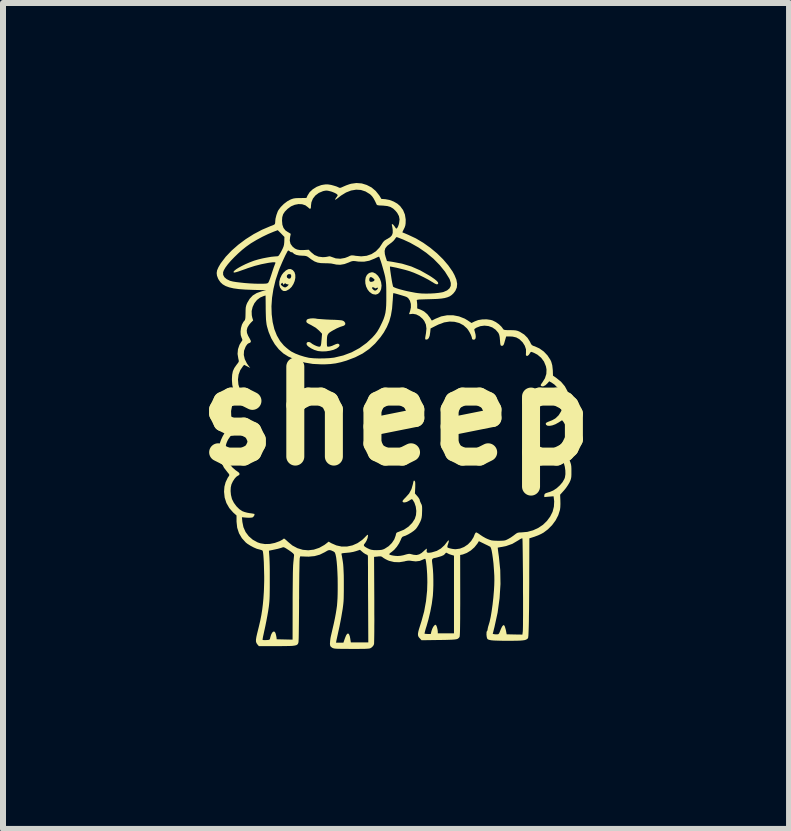
<source format=kicad_pcb>
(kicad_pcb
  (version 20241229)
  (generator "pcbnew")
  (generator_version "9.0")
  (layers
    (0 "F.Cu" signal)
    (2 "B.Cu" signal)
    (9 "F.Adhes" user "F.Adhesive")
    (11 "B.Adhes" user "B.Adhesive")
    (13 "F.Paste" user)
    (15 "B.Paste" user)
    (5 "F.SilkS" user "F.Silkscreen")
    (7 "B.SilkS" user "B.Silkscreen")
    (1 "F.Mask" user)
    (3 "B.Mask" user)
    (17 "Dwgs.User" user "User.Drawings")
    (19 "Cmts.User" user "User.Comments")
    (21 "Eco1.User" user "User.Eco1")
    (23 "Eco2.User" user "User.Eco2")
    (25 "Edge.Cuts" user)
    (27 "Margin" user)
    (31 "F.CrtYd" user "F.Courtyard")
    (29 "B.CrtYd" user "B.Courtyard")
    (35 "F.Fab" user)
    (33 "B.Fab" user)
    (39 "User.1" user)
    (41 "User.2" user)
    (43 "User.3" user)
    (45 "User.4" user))
  (footprint "sheep"
    (layer "F.Cu")
    (at 3.55 3.881)
    (property "Reference" "sheep" (at 0 0 0) (layer "F.SilkS") (effects (font (size 1.5 1.5) (thickness 0.3))))
    (attr board_only exclude_from_pos_files exclude_from_bom)
    (fp_poly (pts (xy -0.383 -2.392) (xy -0.339 -2.371) (xy -0.3 -2.334) (xy -0.269 -2.285) (xy -0.249 -2.229) (xy -0.241 -2.171) (xy -0.248 -2.113) (xy -0.248 -2.112) (xy -0.269 -2.065) (xy -0.3 -2.034) (xy -0.338 -2.021) (xy -0.382 -2.028) (xy -0.4 -2.035) (xy -0.442 -2.065) (xy -0.474 -2.106) (xy -0.49 -2.139) (xy -0.4 -2.139) (xy -0.398 -2.125) (xy -0.384 -2.108) (xy -0.365 -2.093) (xy -0.349 -2.087) (xy -0.33 -2.094) (xy -0.317 -2.104) (xy -0.301 -2.125) (xy -0.302 -2.136) (xy -0.319 -2.135) (xy -0.333 -2.128) (xy -0.349 -2.124) (xy -0.353 -2.127) (xy -0.362 -2.137) (xy -0.38 -2.143) (xy -0.396 -2.142) (xy -0.4 -2.139) (xy -0.49 -2.139) (xy -0.498 -2.155) (xy -0.511 -2.208) (xy -0.513 -2.26) (xy -0.51 -2.278) (xy -0.446 -2.278) (xy -0.444 -2.251) (xy -0.442 -2.247) (xy -0.428 -2.235) (xy -0.404 -2.234) (xy -0.379 -2.242) (xy -0.368 -2.25) (xy -0.358 -2.263) (xy -0.36 -2.274) (xy -0.377 -2.29) (xy -0.379 -2.292) (xy -0.402 -2.308) (xy -0.422 -2.314) (xy -0.424 -2.314) (xy -0.439 -2.302) (xy -0.446 -2.278) (xy -0.51 -2.278) (xy -0.505 -2.309) (xy -0.485 -2.349) (xy -0.453 -2.378) (xy -0.442 -2.383) (xy -0.412 -2.392) (xy -0.384 -2.392)) (stroke (width 0) (type solid)) (fill yes) (layer "F.SilkS"))
    (fp_poly (pts (xy -1.72 -2.429) (xy -1.692 -2.395) (xy -1.679 -2.351) (xy -1.678 -2.301) (xy -1.689 -2.248) (xy -1.71 -2.197) (xy -1.74 -2.15) (xy -1.778 -2.113) (xy -1.822 -2.088) (xy -1.844 -2.081) (xy -1.873 -2.081) (xy -1.899 -2.095) (xy -1.904 -2.099) (xy -1.932 -2.136) (xy -1.945 -2.183) (xy -1.945 -2.195) (xy -1.919 -2.195) (xy -1.917 -2.183) (xy -1.9 -2.167) (xy -1.897 -2.164) (xy -1.866 -2.144) (xy -1.839 -2.142) (xy -1.812 -2.16) (xy -1.807 -2.165) (xy -1.791 -2.183) (xy -1.79 -2.19) (xy -1.802 -2.191) (xy -1.803 -2.191) (xy -1.827 -2.197) (xy -1.837 -2.204) (xy -1.849 -2.211) (xy -1.862 -2.2) (xy -1.864 -2.198) (xy -1.875 -2.186) (xy -1.881 -2.191) (xy -1.885 -2.202) (xy -1.892 -2.218) (xy -1.901 -2.215) (xy -1.909 -2.207) (xy -1.919 -2.195) (xy -1.945 -2.195) (xy -1.945 -2.237) (xy -1.931 -2.293) (xy -1.913 -2.33) (xy -1.821 -2.33) (xy -1.816 -2.307) (xy -1.811 -2.3) (xy -1.786 -2.286) (xy -1.763 -2.29) (xy -1.749 -2.311) (xy -1.747 -2.323) (xy -1.748 -2.348) (xy -1.759 -2.36) (xy -1.765 -2.362) (xy -1.791 -2.363) (xy -1.811 -2.35) (xy -1.821 -2.33) (xy -1.913 -2.33) (xy -1.905 -2.348) (xy -1.879 -2.383) (xy -1.835 -2.424) (xy -1.793 -2.446) (xy -1.754 -2.447)) (stroke (width 0) (type solid)) (fill yes) (layer "F.SilkS"))
    (fp_poly (pts (xy -1.343 -1.623) (xy -1.332 -1.621) (xy -1.31 -1.617) (xy -1.27 -1.614) (xy -1.218 -1.61) (xy -1.157 -1.606) (xy -1.092 -1.603) (xy -1.092 -1.603) (xy -1.022 -1.601) (xy -0.969 -1.598) (xy -0.931 -1.595) (xy -0.905 -1.592) (xy -0.887 -1.587) (xy -0.875 -1.581) (xy -0.865 -1.574) (xy -0.846 -1.548) (xy -0.847 -1.524) (xy -0.865 -1.505) (xy -0.881 -1.499) (xy -0.931 -1.483) (xy -0.991 -1.457) (xy -1.052 -1.424) (xy -1.076 -1.41) (xy -1.107 -1.39) (xy -1.128 -1.37) (xy -1.142 -1.347) (xy -1.149 -1.316) (xy -1.152 -1.273) (xy -1.153 -1.223) (xy -1.152 -1.186) (xy -1.15 -1.165) (xy -1.144 -1.155) (xy -1.132 -1.153) (xy -1.124 -1.153) (xy -1.099 -1.157) (xy -1.064 -1.168) (xy -1.04 -1.179) (xy -1.001 -1.196) (xy -0.976 -1.203) (xy -0.959 -1.201) (xy -0.947 -1.191) (xy -0.946 -1.19) (xy -0.941 -1.176) (xy -0.949 -1.158) (xy -0.958 -1.148) (xy -0.991 -1.123) (xy -1.041 -1.101) (xy -1.101 -1.086) (xy -1.166 -1.076) (xy -1.233 -1.074) (xy -1.295 -1.08) (xy -1.309 -1.083) (xy -1.363 -1.1) (xy -1.416 -1.126) (xy -1.461 -1.156) (xy -1.479 -1.173) (xy -1.492 -1.197) (xy -1.488 -1.217) (xy -1.473 -1.23) (xy -1.45 -1.232) (xy -1.425 -1.222) (xy -1.419 -1.217) (xy -1.392 -1.197) (xy -1.355 -1.177) (xy -1.317 -1.161) (xy -1.286 -1.153) (xy -1.281 -1.153) (xy -1.268 -1.154) (xy -1.259 -1.162) (xy -1.252 -1.178) (xy -1.247 -1.207) (xy -1.243 -1.251) (xy -1.24 -1.279) (xy -1.233 -1.369) (xy -1.281 -1.42) (xy -1.337 -1.468) (xy -1.411 -1.511) (xy -1.412 -1.512) (xy -1.454 -1.533) (xy -1.48 -1.549) (xy -1.492 -1.562) (xy -1.495 -1.574) (xy -1.49 -1.597) (xy -1.482 -1.607) (xy -1.459 -1.617) (xy -1.422 -1.624) (xy -1.381 -1.626)) (stroke (width 0) (type solid)) (fill yes) (layer "F.SilkS"))
    (fp_poly (pts (xy -0.571 -3.874) (xy -0.487 -3.848) (xy -0.408 -3.807) (xy -0.339 -3.749) (xy -0.282 -3.678) (xy -0.275 -3.668) (xy -0.244 -3.616) (xy -0.175 -3.611) (xy -0.107 -3.598) (xy -0.039 -3.572) (xy 0.022 -3.537) (xy 0.069 -3.496) (xy 0.118 -3.429) (xy 0.148 -3.356) (xy 0.161 -3.275) (xy 0.161 -3.255) (xy 0.16 -3.208) (xy 0.155 -3.174) (xy 0.145 -3.143) (xy 0.132 -3.116) (xy 0.117 -3.086) (xy 0.108 -3.066) (xy 0.106 -3.059) (xy 0.116 -3.054) (xy 0.142 -3.044) (xy 0.177 -3.029) (xy 0.205 -3.017) (xy 0.331 -2.958) (xy 0.454 -2.885) (xy 0.572 -2.801) (xy 0.683 -2.709) (xy 0.784 -2.61) (xy 0.871 -2.508) (xy 0.943 -2.405) (xy 0.975 -2.346) (xy 1.006 -2.27) (xy 1.019 -2.201) (xy 1.013 -2.139) (xy 0.988 -2.082) (xy 0.957 -2.042) (xy 0.928 -2.015) (xy 0.896 -1.993) (xy 0.858 -1.977) (xy 0.812 -1.964) (xy 0.754 -1.955) (xy 0.682 -1.949) (xy 0.593 -1.946) (xy 0.557 -1.945) (xy 0.485 -1.943) (xy 0.431 -1.941) (xy 0.393 -1.94) (xy 0.368 -1.937) (xy 0.353 -1.934) (xy 0.347 -1.93) (xy 0.345 -1.924) (xy 0.347 -1.917) (xy 0.35 -1.894) (xy 0.353 -1.86) (xy 0.353 -1.843) (xy 0.353 -1.791) (xy 0.406 -1.772) (xy 0.467 -1.741) (xy 0.522 -1.694) (xy 0.566 -1.636) (xy 0.568 -1.634) (xy 0.583 -1.608) (xy 0.594 -1.592) (xy 0.597 -1.589) (xy 0.607 -1.593) (xy 0.63 -1.605) (xy 0.658 -1.619) (xy 0.753 -1.658) (xy 0.852 -1.677) (xy 0.952 -1.677) (xy 1.05 -1.658) (xy 1.144 -1.621) (xy 1.193 -1.592) (xy 1.258 -1.548) (xy 1.312 -1.575) (xy 1.37 -1.597) (xy 1.44 -1.608) (xy 1.512 -1.609) (xy 1.58 -1.599) (xy 1.61 -1.59) (xy 1.664 -1.563) (xy 1.716 -1.526) (xy 1.758 -1.485) (xy 1.776 -1.461) (xy 1.785 -1.447) (xy 1.795 -1.438) (xy 1.81 -1.433) (xy 1.834 -1.43) (xy 1.873 -1.429) (xy 1.902 -1.429) (xy 1.954 -1.428) (xy 1.991 -1.425) (xy 2.02 -1.419) (xy 2.047 -1.409) (xy 2.067 -1.399) (xy 2.136 -1.356) (xy 2.192 -1.3) (xy 2.233 -1.235) (xy 2.235 -1.23) (xy 2.25 -1.198) (xy 2.266 -1.179) (xy 2.288 -1.167) (xy 2.313 -1.159) (xy 2.39 -1.124) (xy 2.462 -1.073) (xy 2.524 -1.008) (xy 2.572 -0.935) (xy 2.587 -0.903) (xy 2.604 -0.843) (xy 2.612 -0.77) (xy 2.613 -0.758) (xy 2.616 -0.67) (xy 2.668 -0.635) (xy 2.75 -0.569) (xy 2.813 -0.494) (xy 2.859 -0.409) (xy 2.886 -0.318) (xy 2.893 -0.222) (xy 2.881 -0.121) (xy 2.865 -0.065) (xy 2.843 0.000379) (xy 2.875 0.037) (xy 2.922 0.104) (xy 2.957 0.183) (xy 2.98 0.27) (xy 2.988 0.357) (xy 2.981 0.439) (xy 2.98 0.442) (xy 2.964 0.502) (xy 2.941 0.561) (xy 2.916 0.611) (xy 2.89 0.646) (xy 2.864 0.673) (xy 2.894 0.744) (xy 2.907 0.779) (xy 2.916 0.809) (xy 2.921 0.841) (xy 2.923 0.881) (xy 2.923 0.93) (xy 2.923 0.981) (xy 2.921 1.018) (xy 2.916 1.046) (xy 2.908 1.072) (xy 2.895 1.101) (xy 2.89 1.112) (xy 2.865 1.154) (xy 2.833 1.201) (xy 2.799 1.243) (xy 2.795 1.247) (xy 2.735 1.314) (xy 2.739 1.413) (xy 2.74 1.467) (xy 2.738 1.52) (xy 2.733 1.563) (xy 2.731 1.571) (xy 2.704 1.656) (xy 2.66 1.741) (xy 2.601 1.821) (xy 2.53 1.892) (xy 2.458 1.946) (xy 2.418 1.968) (xy 2.368 1.991) (xy 2.317 2.01) (xy 2.31 2.013) (xy 2.222 2.041) (xy 2.221 2.404) (xy 2.22 2.606) (xy 2.22 2.789) (xy 2.219 2.952) (xy 2.218 3.097) (xy 2.217 3.224) (xy 2.215 3.334) (xy 2.214 3.429) (xy 2.212 3.508) (xy 2.21 3.572) (xy 2.208 3.623) (xy 2.206 3.661) (xy 2.203 3.687) (xy 2.201 3.701) (xy 2.199 3.705) (xy 2.186 3.718) (xy 2.17 3.728) (xy 2.148 3.736) (xy 2.117 3.741) (xy 2.076 3.745) (xy 2.021 3.747) (xy 1.95 3.748) (xy 1.867 3.748) (xy 1.772 3.748) (xy 1.695 3.746) (xy 1.635 3.744) (xy 1.59 3.74) (xy 1.558 3.734) (xy 1.536 3.727) (xy 1.524 3.719) (xy 1.516 3.702) (xy 1.51 3.673) (xy 1.507 3.64) (xy 1.508 3.633) (xy 1.612 3.633) (xy 1.634 3.638) (xy 1.662 3.641) (xy 1.686 3.641) (xy 1.704 3.638) (xy 1.717 3.626) (xy 1.728 3.602) (xy 1.734 3.587) (xy 1.748 3.551) (xy 1.764 3.518) (xy 1.771 3.506) (xy 1.787 3.488) (xy 1.801 3.489) (xy 1.813 3.509) (xy 1.825 3.549) (xy 1.831 3.572) (xy 1.844 3.64) (xy 1.975 3.643) (xy 2.106 3.645) (xy 2.113 3.591) (xy 2.114 3.57) (xy 2.115 3.531) (xy 2.116 3.476) (xy 2.116 3.408) (xy 2.117 3.328) (xy 2.117 3.237) (xy 2.117 3.139) (xy 2.117 3.035) (xy 2.116 2.927) (xy 2.116 2.817) (xy 2.116 2.707) (xy 2.115 2.599) (xy 2.114 2.495) (xy 2.113 2.397) (xy 2.112 2.306) (xy 2.111 2.226) (xy 2.11 2.158) (xy 2.109 2.103) (xy 2.108 2.064) (xy 2.106 2.043) (xy 2.106 2.04) (xy 2.094 2.042) (xy 2.071 2.053) (xy 2.04 2.073) (xy 2.035 2.076) (xy 1.938 2.133) (xy 1.833 2.17) (xy 1.774 2.182) (xy 1.737 2.188) (xy 1.709 2.193) (xy 1.696 2.196) (xy 1.695 2.196) (xy 1.696 2.207) (xy 1.699 2.234) (xy 1.704 2.274) (xy 1.711 2.324) (xy 1.714 2.343) (xy 1.737 2.569) (xy 1.741 2.801) (xy 1.726 3.038) (xy 1.693 3.279) (xy 1.641 3.517) (xy 1.612 3.633) (xy 1.508 3.633) (xy 1.508 3.611) (xy 1.512 3.591) (xy 1.515 3.589) (xy 1.524 3.573) (xy 1.526 3.559) (xy 1.53 3.535) (xy 1.538 3.503) (xy 1.541 3.495) (xy 1.56 3.431) (xy 1.578 3.349) (xy 1.594 3.253) (xy 1.609 3.145) (xy 1.622 3.029) (xy 1.632 2.91) (xy 1.637 2.821) (xy 1.639 2.742) (xy 1.638 2.665) (xy 1.633 2.579) (xy 1.631 2.552) (xy 1.624 2.458) (xy 1.614 2.374) (xy 1.604 2.303) (xy 1.594 2.246) (xy 1.583 2.205) (xy 1.572 2.183) (xy 1.568 2.18) (xy 1.552 2.172) (xy 1.523 2.157) (xy 1.485 2.139) (xy 1.467 2.13) (xy 1.381 2.088) (xy 1.355 2.13) (xy 1.307 2.19) (xy 1.247 2.243) (xy 1.18 2.284) (xy 1.112 2.31) (xy 1.101 2.312) (xy 1.069 2.318) (xy 1.07 2.992) (xy 1.07 3.137) (xy 1.069 3.263) (xy 1.069 3.371) (xy 1.068 3.46) (xy 1.067 3.533) (xy 1.066 3.591) (xy 1.064 3.634) (xy 1.062 3.663) (xy 1.06 3.68) (xy 1.058 3.685) (xy 1.049 3.698) (xy 1.038 3.708) (xy 1.024 3.717) (xy 1.003 3.723) (xy 0.973 3.727) (xy 0.933 3.73) (xy 0.879 3.732) (xy 0.809 3.734) (xy 0.721 3.735) (xy 0.714 3.735) (xy 0.425 3.739) (xy 0.394 3.705) (xy 0.38 3.689) (xy 0.371 3.673) (xy 0.366 3.654) (xy 0.366 3.63) (xy 0.366 3.629) (xy 0.475 3.629) (xy 0.476 3.629) (xy 0.488 3.632) (xy 0.515 3.634) (xy 0.53 3.635) (xy 0.579 3.635) (xy 0.591 3.585) (xy 0.604 3.548) (xy 0.62 3.516) (xy 0.639 3.492) (xy 0.655 3.481) (xy 0.662 3.483) (xy 0.674 3.498) (xy 0.684 3.527) (xy 0.692 3.562) (xy 0.696 3.595) (xy 0.696 3.596) (xy 0.696 3.624) (xy 0.831 3.624) (xy 0.966 3.624) (xy 0.966 2.977) (xy 0.966 2.329) (xy 0.922 2.316) (xy 0.889 2.305) (xy 0.861 2.292) (xy 0.856 2.288) (xy 0.839 2.28) (xy 0.827 2.285) (xy 0.817 2.299) (xy 0.796 2.319) (xy 0.76 2.336) (xy 0.728 2.346) (xy 0.691 2.357) (xy 0.66 2.365) (xy 0.642 2.368) (xy 0.642 2.368) (xy 0.622 2.374) (xy 0.611 2.381) (xy 0.604 2.389) (xy 0.6 2.402) (xy 0.6 2.424) (xy 0.604 2.459) (xy 0.608 2.492) (xy 0.615 2.56) (xy 0.62 2.642) (xy 0.622 2.733) (xy 0.622 2.826) (xy 0.619 2.916) (xy 0.614 2.996) (xy 0.612 3.013) (xy 0.596 3.134) (xy 0.571 3.264) (xy 0.54 3.394) (xy 0.51 3.5) (xy 0.495 3.547) (xy 0.484 3.587) (xy 0.477 3.616) (xy 0.475 3.629) (xy 0.366 3.629) (xy 0.371 3.598) (xy 0.382 3.556) (xy 0.4 3.499) (xy 0.423 3.426) (xy 0.426 3.416) (xy 0.469 3.258) (xy 0.5 3.087) (xy 0.518 2.911) (xy 0.522 2.773) (xy 0.521 2.708) (xy 0.519 2.641) (xy 0.515 2.575) (xy 0.51 2.513) (xy 0.504 2.46) (xy 0.498 2.418) (xy 0.492 2.391) (xy 0.487 2.382) (xy 0.473 2.384) (xy 0.455 2.392) (xy 0.396 2.417) (xy 0.329 2.425) (xy 0.274 2.419) (xy 0.232 2.413) (xy 0.199 2.413) (xy 0.162 2.419) (xy 0.141 2.425) (xy 0.055 2.439) (xy -0.032 2.436) (xy -0.114 2.416) (xy -0.141 2.405) (xy -0.177 2.387) (xy -0.207 2.369) (xy -0.223 2.357) (xy -0.239 2.346) (xy -0.26 2.341) (xy -0.291 2.342) (xy -0.305 2.344) (xy -0.366 2.35) (xy -0.362 3.062) (xy -0.362 3.183) (xy -0.362 3.298) (xy -0.361 3.406) (xy -0.362 3.504) (xy -0.362 3.592) (xy -0.363 3.667) (xy -0.364 3.728) (xy -0.365 3.773) (xy -0.366 3.799) (xy -0.367 3.806) (xy -0.381 3.834) (xy -0.407 3.86) (xy -0.408 3.86) (xy -0.419 3.867) (xy -0.43 3.873) (xy -0.444 3.877) (xy -0.464 3.879) (xy -0.492 3.881) (xy -0.53 3.883) (xy -0.582 3.883) (xy -0.649 3.884) (xy -0.734 3.884) (xy -0.738 3.884) (xy -0.824 3.883) (xy -0.892 3.883) (xy -0.945 3.882) (xy -0.984 3.881) (xy -1.012 3.879) (xy -1.033 3.876) (xy -1.047 3.872) (xy -1.059 3.867) (xy -1.067 3.862) (xy -1.088 3.846) (xy -1.097 3.83) (xy -1.101 3.804) (xy -1.101 3.789) (xy -1.1 3.78) (xy -1 3.78) (xy -0.938 3.78) (xy -0.877 3.78) (xy -0.852 3.708) (xy -0.833 3.66) (xy -0.815 3.633) (xy -0.798 3.626) (xy -0.783 3.64) (xy -0.77 3.674) (xy -0.763 3.71) (xy -0.753 3.775) (xy -0.607 3.775) (xy -0.462 3.775) (xy -0.465 3.115) (xy -0.466 2.998) (xy -0.466 2.885) (xy -0.467 2.779) (xy -0.467 2.681) (xy -0.467 2.594) (xy -0.467 2.519) (xy -0.468 2.458) (xy -0.468 2.414) (xy -0.468 2.389) (xy -0.468 2.387) (xy -0.468 2.35) (xy -0.471 2.328) (xy -0.478 2.317) (xy -0.49 2.312) (xy -0.491 2.312) (xy -0.512 2.302) (xy -0.541 2.283) (xy -0.558 2.269) (xy -0.601 2.232) (xy -0.667 2.254) (xy -0.714 2.267) (xy -0.771 2.277) (xy -0.824 2.282) (xy -0.869 2.286) (xy -0.897 2.29) (xy -0.909 2.295) (xy -0.91 2.301) (xy -0.906 2.317) (xy -0.9 2.348) (xy -0.893 2.39) (xy -0.887 2.427) (xy -0.881 2.472) (xy -0.877 2.524) (xy -0.874 2.584) (xy -0.871 2.656) (xy -0.87 2.744) (xy -0.87 2.825) (xy -0.87 2.911) (xy -0.871 2.981) (xy -0.872 3.038) (xy -0.874 3.086) (xy -0.878 3.129) (xy -0.883 3.171) (xy -0.889 3.217) (xy -0.898 3.269) (xy -0.902 3.293) (xy -0.914 3.364) (xy -0.928 3.437) (xy -0.942 3.508) (xy -0.955 3.568) (xy -0.961 3.594) (xy -0.972 3.645) (xy -0.982 3.691) (xy -0.99 3.727) (xy -0.994 3.746) (xy -1 3.78) (xy -1.1 3.78) (xy -1.098 3.749) (xy -1.092 3.702) (xy -1.086 3.673) (xy -1.059 3.556) (xy -1.036 3.457) (xy -1.018 3.371) (xy -1.004 3.296) (xy -0.993 3.228) (xy -0.984 3.165) (xy -0.979 3.102) (xy -0.975 3.038) (xy -0.973 2.968) (xy -0.972 2.889) (xy -0.972 2.814) (xy -0.973 2.704) (xy -0.977 2.601) (xy -0.982 2.509) (xy -0.989 2.429) (xy -0.997 2.363) (xy -1.007 2.313) (xy -1.018 2.281) (xy -1.024 2.273) (xy -1.043 2.259) (xy -1.072 2.246) (xy -1.079 2.243) (xy -1.1 2.237) (xy -1.117 2.237) (xy -1.137 2.243) (xy -1.164 2.258) (xy -1.188 2.272) (xy -1.271 2.313) (xy -1.358 2.337) (xy -1.455 2.346) (xy -1.5 2.345) (xy -1.597 2.341) (xy -1.605 2.372) (xy -1.606 2.388) (xy -1.608 2.423) (xy -1.609 2.474) (xy -1.61 2.541) (xy -1.612 2.622) (xy -1.613 2.713) (xy -1.614 2.815) (xy -1.615 2.924) (xy -1.615 3.04) (xy -1.616 3.069) (xy -1.616 3.185) (xy -1.617 3.296) (xy -1.618 3.4) (xy -1.619 3.495) (xy -1.62 3.578) (xy -1.621 3.649) (xy -1.622 3.705) (xy -1.624 3.744) (xy -1.625 3.765) (xy -1.625 3.767) (xy -1.629 3.786) (xy -1.636 3.801) (xy -1.647 3.813) (xy -1.664 3.822) (xy -1.69 3.828) (xy -1.726 3.833) (xy -1.776 3.835) (xy -1.841 3.836) (xy -1.922 3.837) (xy -1.986 3.837) (xy -2.286 3.837) (xy -2.311 3.808) (xy -2.326 3.786) (xy -2.334 3.76) (xy -2.334 3.731) (xy -2.224 3.731) (xy -2.223 3.734) (xy -2.211 3.736) (xy -2.184 3.737) (xy -2.161 3.736) (xy -2.128 3.734) (xy -2.11 3.729) (xy -2.101 3.717) (xy -2.096 3.695) (xy -2.096 3.694) (xy -2.082 3.647) (xy -2.065 3.614) (xy -2.047 3.596) (xy -2.029 3.594) (xy -2.013 3.611) (xy -2.005 3.632) (xy -1.997 3.665) (xy -1.992 3.694) (xy -1.991 3.697) (xy -1.989 3.723) (xy -1.856 3.726) (xy -1.724 3.729) (xy -1.723 3.144) (xy -1.723 3.022) (xy -1.722 2.906) (xy -1.721 2.798) (xy -1.72 2.701) (xy -1.719 2.616) (xy -1.717 2.545) (xy -1.715 2.49) (xy -1.712 2.454) (xy -1.712 2.451) (xy -1.707 2.403) (xy -1.703 2.361) (xy -1.7 2.331) (xy -1.699 2.32) (xy -1.703 2.306) (xy -1.719 2.288) (xy -1.748 2.265) (xy -1.784 2.24) (xy -1.824 2.214) (xy -1.85 2.198) (xy -1.869 2.19) (xy -1.883 2.189) (xy -1.898 2.194) (xy -1.903 2.196) (xy -1.929 2.204) (xy -1.968 2.215) (xy -2.013 2.225) (xy -2.027 2.228) (xy -2.118 2.247) (xy -2.111 2.346) (xy -2.109 2.382) (xy -2.107 2.435) (xy -2.105 2.502) (xy -2.104 2.579) (xy -2.104 2.661) (xy -2.104 2.747) (xy -2.104 2.767) (xy -2.104 2.861) (xy -2.105 2.937) (xy -2.106 2.999) (xy -2.108 3.051) (xy -2.111 3.096) (xy -2.115 3.138) (xy -2.12 3.181) (xy -2.127 3.227) (xy -2.132 3.261) (xy -2.145 3.334) (xy -2.16 3.414) (xy -2.176 3.494) (xy -2.191 3.564) (xy -2.195 3.58) (xy -2.206 3.633) (xy -2.216 3.678) (xy -2.222 3.712) (xy -2.224 3.731) (xy -2.334 3.731) (xy -2.334 3.727) (xy -2.327 3.682) (xy -2.315 3.629) (xy -2.286 3.512) (xy -2.262 3.41) (xy -2.244 3.317) (xy -2.23 3.228) (xy -2.219 3.138) (xy -2.21 3.043) (xy -2.203 2.937) (xy -2.201 2.892) (xy -2.199 2.825) (xy -2.197 2.75) (xy -2.197 2.672) (xy -2.199 2.592) (xy -2.201 2.514) (xy -2.203 2.44) (xy -2.207 2.374) (xy -2.211 2.319) (xy -2.216 2.277) (xy -2.221 2.252) (xy -2.224 2.246) (xy -2.24 2.237) (xy -2.267 2.229) (xy -2.274 2.227) (xy -2.32 2.215) (xy -2.373 2.192) (xy -2.429 2.162) (xy -2.479 2.13) (xy -2.504 2.11) (xy -2.569 2.038) (xy -2.617 1.956) (xy -2.647 1.864) (xy -2.658 1.762) (xy -2.658 1.748) (xy -2.658 1.66) (xy -2.715 1.609) (xy -2.779 1.536) (xy -2.827 1.452) (xy -2.856 1.361) (xy -2.866 1.264) (xy -2.86 1.18) (xy -2.84 1.105) (xy -2.805 1.032) (xy -2.781 0.997) (xy -2.778 0.983) (xy -2.787 0.965) (xy -2.804 0.945) (xy -2.867 0.864) (xy -2.913 0.774) (xy -2.941 0.678) (xy -2.951 0.582) (xy -2.84 0.582) (xy -2.839 0.632) (xy -2.836 0.669) (xy -2.828 0.7) (xy -2.816 0.731) (xy -2.812 0.739) (xy -2.775 0.802) (xy -2.726 0.86) (xy -2.672 0.907) (xy -2.651 0.921) (xy -2.619 0.945) (xy -2.607 0.966) (xy -2.614 0.985) (xy -2.637 0.998) (xy -2.663 1.016) (xy -2.692 1.049) (xy -2.72 1.093) (xy -2.743 1.142) (xy -2.754 1.192) (xy -2.757 1.252) (xy -2.751 1.317) (xy -2.736 1.378) (xy -2.732 1.39) (xy -2.702 1.449) (xy -2.66 1.506) (xy -2.611 1.555) (xy -2.561 1.588) (xy -2.559 1.589) (xy -2.524 1.602) (xy -2.479 1.614) (xy -2.439 1.621) (xy -2.402 1.626) (xy -2.374 1.631) (xy -2.36 1.634) (xy -2.36 1.635) (xy -2.358 1.649) (xy -2.367 1.669) (xy -2.384 1.687) (xy -2.394 1.693) (xy -2.416 1.696) (xy -2.451 1.698) (xy -2.492 1.696) (xy -2.493 1.696) (xy -2.568 1.689) (xy -2.561 1.766) (xy -2.543 1.855) (xy -2.507 1.936) (xy -2.454 2.006) (xy -2.387 2.064) (xy -2.307 2.108) (xy -2.259 2.124) (xy -2.184 2.136) (xy -2.102 2.134) (xy -2.019 2.117) (xy -1.94 2.088) (xy -1.911 2.073) (xy -1.886 2.058) (xy -1.871 2.046) (xy -1.869 2.044) (xy -1.86 2.047) (xy -1.84 2.063) (xy -1.813 2.087) (xy -1.803 2.097) (xy -1.727 2.16) (xy -1.643 2.205) (xy -1.554 2.232) (xy -1.462 2.24) (xy -1.37 2.229) (xy -1.28 2.199) (xy -1.194 2.151) (xy -1.165 2.129) (xy -1.123 2.096) (xy -1.078 2.122) (xy -0.993 2.159) (xy -0.905 2.178) (xy -0.815 2.177) (xy -0.726 2.158) (xy -0.642 2.121) (xy -0.564 2.067) (xy -0.527 2.032) (xy -0.498 2.002) (xy -0.48 1.985) (xy -0.471 1.981) (xy -0.468 1.987) (xy -0.467 1.997) (xy -0.474 2.036) (xy -0.491 2.08) (xy -0.514 2.118) (xy -0.521 2.126) (xy -0.535 2.146) (xy -0.535 2.164) (xy -0.518 2.181) (xy -0.483 2.202) (xy -0.471 2.208) (xy -0.436 2.224) (xy -0.406 2.232) (xy -0.371 2.237) (xy -0.323 2.238) (xy -0.322 2.238) (xy -0.273 2.236) (xy -0.237 2.232) (xy -0.208 2.223) (xy -0.187 2.213) (xy -0.122 2.171) (xy -0.069 2.118) (xy -0.029 2.058) (xy -0.006 1.995) (xy -0.004 1.986) (xy 0.002 1.959) (xy 0.014 1.944) (xy 0.039 1.934) (xy 0.045 1.932) (xy 0.132 1.897) (xy 0.208 1.846) (xy 0.27 1.783) (xy 0.313 1.716) (xy 0.333 1.653) (xy 0.338 1.584) (xy 0.329 1.513) (xy 0.307 1.447) (xy 0.279 1.4) (xy 0.269 1.39) (xy 0.258 1.389) (xy 0.24 1.399) (xy 0.219 1.413) (xy 0.182 1.433) (xy 0.148 1.442) (xy 0.121 1.441) (xy 0.108 1.428) (xy 0.112 1.412) (xy 0.133 1.386) (xy 0.159 1.36) (xy 0.218 1.294) (xy 0.258 1.219) (xy 0.282 1.134) (xy 0.289 1.099) (xy 0.295 1.081) (xy 0.302 1.078) (xy 0.309 1.082) (xy 0.316 1.092) (xy 0.32 1.111) (xy 0.321 1.142) (xy 0.32 1.19) (xy 0.32 1.194) (xy 0.315 1.293) (xy 0.355 1.338) (xy 0.377 1.366) (xy 0.391 1.39) (xy 0.395 1.401) (xy 0.399 1.42) (xy 0.411 1.448) (xy 0.416 1.459) (xy 0.427 1.48) (xy 0.433 1.503) (xy 0.435 1.532) (xy 0.435 1.573) (xy 0.434 1.604) (xy 0.432 1.656) (xy 0.427 1.695) (xy 0.419 1.727) (xy 0.406 1.76) (xy 0.398 1.776) (xy 0.376 1.818) (xy 0.35 1.859) (xy 0.329 1.886) (xy 0.298 1.914) (xy 0.255 1.944) (xy 0.207 1.973) (xy 0.16 1.996) (xy 0.124 2.008) (xy 0.105 2.017) (xy 0.09 2.039) (xy 0.079 2.066) (xy 0.052 2.123) (xy 0.014 2.181) (xy -0.029 2.231) (xy -0.068 2.264) (xy -0.094 2.283) (xy -0.111 2.299) (xy -0.114 2.305) (xy -0.105 2.314) (xy -0.079 2.322) (xy -0.043 2.329) (xy -0.001 2.334) (xy 0.029 2.335) (xy 0.072 2.332) (xy 0.121 2.323) (xy 0.148 2.315) (xy 0.184 2.305) (xy 0.216 2.299) (xy 0.233 2.3) (xy 0.294 2.315) (xy 0.343 2.319) (xy 0.386 2.308) (xy 0.427 2.284) (xy 0.457 2.258) (xy 0.483 2.234) (xy 0.502 2.218) (xy 0.511 2.212) (xy 0.513 2.221) (xy 0.511 2.242) (xy 0.511 2.243) (xy 0.511 2.266) (xy 0.522 2.279) (xy 0.545 2.282) (xy 0.585 2.277) (xy 0.599 2.274) (xy 0.679 2.25) (xy 0.747 2.211) (xy 0.808 2.155) (xy 0.852 2.098) (xy 0.869 2.078) (xy 0.879 2.075) (xy 0.88 2.089) (xy 0.873 2.118) (xy 0.867 2.134) (xy 0.858 2.163) (xy 0.855 2.184) (xy 0.856 2.19) (xy 0.87 2.199) (xy 0.899 2.208) (xy 0.935 2.216) (xy 0.973 2.221) (xy 0.995 2.222) (xy 1.066 2.212) (xy 1.134 2.185) (xy 1.198 2.142) (xy 1.251 2.087) (xy 1.292 2.022) (xy 1.308 1.981) (xy 1.32 1.956) (xy 1.333 1.942) (xy 1.336 1.942) (xy 1.351 1.948) (xy 1.377 1.963) (xy 1.406 1.984) (xy 1.447 2.011) (xy 1.495 2.038) (xy 1.528 2.053) (xy 1.562 2.066) (xy 1.593 2.075) (xy 1.628 2.079) (xy 1.673 2.081) (xy 1.703 2.082) (xy 1.754 2.081) (xy 1.79 2.079) (xy 1.817 2.075) (xy 1.841 2.066) (xy 1.869 2.052) (xy 1.869 2.052) (xy 1.911 2.028) (xy 1.954 1.998) (xy 1.975 1.982) (xy 2.004 1.96) (xy 2.027 1.948) (xy 2.054 1.943) (xy 2.089 1.942) (xy 2.189 1.933) (xy 2.284 1.907) (xy 2.371 1.867) (xy 2.449 1.815) (xy 2.515 1.751) (xy 2.569 1.678) (xy 2.609 1.599) (xy 2.631 1.513) (xy 2.636 1.424) (xy 2.633 1.399) (xy 2.626 1.34) (xy 2.549 1.346) (xy 2.471 1.353) (xy 2.471 1.325) (xy 2.474 1.309) (xy 2.483 1.296) (xy 2.503 1.286) (xy 2.537 1.275) (xy 2.562 1.268) (xy 2.619 1.244) (xy 2.677 1.206) (xy 2.73 1.158) (xy 2.775 1.105) (xy 2.806 1.05) (xy 2.815 1.025) (xy 2.823 0.972) (xy 2.822 0.91) (xy 2.813 0.847) (xy 2.798 0.791) (xy 2.794 0.782) (xy 2.78 0.751) (xy 2.767 0.735) (xy 2.751 0.728) (xy 2.723 0.725) (xy 2.722 0.725) (xy 2.692 0.721) (xy 2.677 0.714) (xy 2.671 0.7) (xy 2.671 0.699) (xy 2.673 0.681) (xy 2.689 0.666) (xy 2.709 0.655) (xy 2.766 0.616) (xy 2.816 0.564) (xy 2.849 0.51) (xy 2.86 0.482) (xy 2.867 0.451) (xy 2.87 0.412) (xy 2.871 0.358) (xy 2.871 0.308) (xy 2.868 0.272) (xy 2.862 0.243) (xy 2.852 0.214) (xy 2.839 0.187) (xy 2.82 0.15) (xy 2.801 0.117) (xy 2.787 0.096) (xy 2.767 0.073) (xy 2.711 0.109) (xy 2.657 0.139) (xy 2.606 0.158) (xy 2.561 0.166) (xy 2.525 0.164) (xy 2.503 0.151) (xy 2.494 0.132) (xy 2.502 0.116) (xy 2.529 0.101) (xy 2.558 0.09) (xy 2.601 0.073) (xy 2.643 0.05) (xy 2.661 0.038) (xy 2.711 -0.011) (xy 2.75 -0.074) (xy 2.778 -0.145) (xy 2.791 -0.217) (xy 2.789 -0.269) (xy 2.771 -0.337) (xy 2.738 -0.405) (xy 2.692 -0.469) (xy 2.64 -0.522) (xy 2.589 -0.557) (xy 2.553 -0.576) (xy 2.525 -0.544) (xy 2.489 -0.51) (xy 2.455 -0.493) (xy 2.43 -0.493) (xy 2.414 -0.502) (xy 2.411 -0.515) (xy 2.423 -0.536) (xy 2.44 -0.559) (xy 2.482 -0.627) (xy 2.505 -0.699) (xy 2.508 -0.774) (xy 2.498 -0.827) (xy 2.466 -0.905) (xy 2.419 -0.968) (xy 2.357 -1.02) (xy 2.3 -1.05) (xy 2.27 -1.062) (xy 2.253 -1.067) (xy 2.244 -1.063) (xy 2.238 -1.054) (xy 2.214 -1.018) (xy 2.194 -1.001) (xy 2.177 -1) (xy 2.166 -1.009) (xy 2.164 -1.027) (xy 2.166 -1.049) (xy 2.166 -1.109) (xy 2.146 -1.169) (xy 2.11 -1.226) (xy 2.105 -1.231) (xy 2.056 -1.278) (xy 2.004 -1.307) (xy 1.944 -1.321) (xy 1.907 -1.323) (xy 1.836 -1.324) (xy 1.813 -1.246) (xy 1.802 -1.207) (xy 1.792 -1.183) (xy 1.782 -1.172) (xy 1.77 -1.168) (xy 1.765 -1.168) (xy 1.753 -1.169) (xy 1.745 -1.175) (xy 1.74 -1.189) (xy 1.736 -1.217) (xy 1.733 -1.258) (xy 1.728 -1.311) (xy 1.72 -1.35) (xy 1.707 -1.38) (xy 1.704 -1.385) (xy 1.66 -1.436) (xy 1.605 -1.474) (xy 1.541 -1.497) (xy 1.473 -1.504) (xy 1.405 -1.495) (xy 1.34 -1.47) (xy 1.325 -1.46) (xy 1.309 -1.449) (xy 1.304 -1.437) (xy 1.309 -1.417) (xy 1.314 -1.401) (xy 1.326 -1.354) (xy 1.329 -1.314) (xy 1.323 -1.286) (xy 1.309 -1.272) (xy 1.284 -1.27) (xy 1.269 -1.28) (xy 1.267 -1.288) (xy 1.261 -1.315) (xy 1.247 -1.352) (xy 1.226 -1.393) (xy 1.202 -1.432) (xy 1.182 -1.458) (xy 1.123 -1.511) (xy 1.052 -1.548) (xy 0.975 -1.568) (xy 0.892 -1.572) (xy 0.803 -1.558) (xy 0.708 -1.523) (xy 0.665 -1.502) (xy 0.576 -1.457) (xy 0.57 -1.396) (xy 0.561 -1.336) (xy 0.545 -1.295) (xy 0.523 -1.275) (xy 0.509 -1.272) (xy 0.496 -1.272) (xy 0.489 -1.276) (xy 0.486 -1.286) (xy 0.487 -1.307) (xy 0.493 -1.343) (xy 0.499 -1.377) (xy 0.507 -1.455) (xy 0.498 -1.522) (xy 0.472 -1.58) (xy 0.445 -1.616) (xy 0.391 -1.663) (xy 0.336 -1.691) (xy 0.281 -1.701) (xy 0.264 -1.699) (xy 0.237 -1.696) (xy 0.22 -1.696) (xy 0.218 -1.697) (xy 0.221 -1.708) (xy 0.229 -1.732) (xy 0.234 -1.745) (xy 0.248 -1.807) (xy 0.247 -1.866) (xy 0.232 -1.919) (xy 0.204 -1.961) (xy 0.184 -1.977) (xy 0.168 -1.985) (xy 0.136 -1.996) (xy 0.096 -2.008) (xy 0.052 -2.021) (xy 0.011 -2.033) (xy -0.023 -2.042) (xy -0.044 -2.046) (xy -0.045 -2.046) (xy -0.047 -2.036) (xy -0.05 -2.009) (xy -0.052 -1.97) (xy -0.055 -1.921) (xy -0.056 -1.913) (xy -0.066 -1.786) (xy -0.085 -1.674) (xy -0.113 -1.574) (xy -0.153 -1.48) (xy -0.204 -1.389) (xy -0.259 -1.311) (xy -0.349 -1.205) (xy -0.447 -1.115) (xy -0.557 -1.039) (xy -0.681 -0.976) (xy -0.821 -0.923) (xy -0.826 -0.921) (xy -0.919 -0.894) (xy -1.006 -0.875) (xy -1.093 -0.864) (xy -1.189 -0.859) (xy -1.246 -0.859) (xy -1.387 -0.866) (xy -1.518 -0.888) (xy -1.647 -0.926) (xy -1.778 -0.981) (xy -1.794 -0.988) (xy -1.877 -1.04) (xy -1.953 -1.109) (xy -2.02 -1.193) (xy -2.078 -1.291) (xy -2.123 -1.398) (xy -2.149 -1.487) (xy -2.157 -1.523) (xy -2.162 -1.562) (xy -2.167 -1.607) (xy -2.169 -1.662) (xy -2.171 -1.731) (xy -2.172 -1.789) (xy -2.172 -1.827) (xy -2.076 -1.827) (xy -2.072 -1.692) (xy -2.056 -1.564) (xy -2.028 -1.446) (xy -1.986 -1.34) (xy -1.932 -1.247) (xy -1.87 -1.173) (xy -1.831 -1.138) (xy -1.788 -1.103) (xy -1.75 -1.076) (xy -1.742 -1.071) (xy -1.679 -1.039) (xy -1.605 -1.01) (xy -1.527 -0.986) (xy -1.456 -0.969) (xy -1.443 -0.967) (xy -1.371 -0.96) (xy -1.286 -0.957) (xy -1.198 -0.958) (xy -1.113 -0.962) (xy -1.04 -0.97) (xy -1.027 -0.972) (xy -0.88 -1.007) (xy -0.739 -1.06) (xy -0.609 -1.13) (xy -0.49 -1.216) (xy -0.398 -1.302) (xy -0.351 -1.354) (xy -0.314 -1.403) (xy -0.281 -1.458) (xy -0.261 -1.497) (xy -0.231 -1.559) (xy -0.207 -1.614) (xy -0.19 -1.665) (xy -0.177 -1.717) (xy -0.169 -1.774) (xy -0.164 -1.84) (xy -0.162 -1.919) (xy -0.162 -1.999) (xy -0.162 -2.079) (xy -0.163 -2.142) (xy -0.165 -2.193) (xy -0.169 -2.235) (xy -0.174 -2.273) (xy -0.18 -2.311) (xy -0.185 -2.335) (xy -0.195 -2.375) (xy -0.208 -2.423) (xy -0.223 -2.476) (xy -0.238 -2.528) (xy -0.253 -2.576) (xy -0.267 -2.616) (xy -0.277 -2.643) (xy -0.282 -2.654) (xy -0.293 -2.651) (xy -0.317 -2.641) (xy -0.35 -2.625) (xy -0.358 -2.621) (xy -0.446 -2.586) (xy -0.531 -2.57) (xy -0.62 -2.571) (xy -0.644 -2.574) (xy -0.685 -2.58) (xy -0.714 -2.581) (xy -0.737 -2.577) (xy -0.763 -2.568) (xy -0.782 -2.559) (xy -0.86 -2.53) (xy -0.931 -2.518) (xy -0.997 -2.522) (xy -1.023 -2.528) (xy -1.083 -2.54) (xy -1.157 -2.544) (xy -1.186 -2.544) (xy -1.253 -2.546) (xy -1.308 -2.555) (xy -1.358 -2.574) (xy -1.409 -2.606) (xy -1.439 -2.628) (xy -1.47 -2.651) (xy -1.496 -2.663) (xy -1.523 -2.668) (xy -1.553 -2.669) (xy -1.614 -2.673) (xy -1.663 -2.683) (xy -1.699 -2.7) (xy -1.712 -2.712) (xy -1.728 -2.726) (xy -1.739 -2.727) (xy -1.756 -2.73) (xy -1.771 -2.742) (xy -1.788 -2.755) (xy -1.799 -2.755) (xy -1.809 -2.743) (xy -1.824 -2.714) (xy -1.845 -2.674) (xy -1.868 -2.625) (xy -1.893 -2.57) (xy -1.917 -2.514) (xy -1.94 -2.46) (xy -1.957 -2.414) (xy -2.007 -2.264) (xy -2.043 -2.115) (xy -2.066 -1.969) (xy -2.076 -1.827) (xy -2.172 -1.827) (xy -2.174 -2.006) (xy -2.201 -1.999) (xy -2.263 -1.973) (xy -2.317 -1.932) (xy -2.36 -1.878) (xy -2.39 -1.815) (xy -2.406 -1.747) (xy -2.404 -1.678) (xy -2.396 -1.639) (xy -2.381 -1.591) (xy -2.421 -1.551) (xy -2.448 -1.519) (xy -2.471 -1.482) (xy -2.478 -1.467) (xy -2.488 -1.425) (xy -2.484 -1.383) (xy -2.465 -1.335) (xy -2.44 -1.291) (xy -2.422 -1.256) (xy -2.419 -1.234) (xy -2.432 -1.219) (xy -2.455 -1.211) (xy -2.476 -1.197) (xy -2.499 -1.166) (xy -2.508 -1.15) (xy -2.533 -1.085) (xy -2.537 -1.016) (xy -2.521 -0.946) (xy -2.486 -0.875) (xy -2.465 -0.845) (xy -2.43 -0.799) (xy -2.48 -0.825) (xy -2.531 -0.851) (xy -2.551 -0.828) (xy -2.596 -0.762) (xy -2.624 -0.687) (xy -2.634 -0.607) (xy -2.627 -0.524) (xy -2.602 -0.442) (xy -2.56 -0.362) (xy -2.56 -0.362) (xy -2.544 -0.335) (xy -2.541 -0.324) (xy -2.552 -0.328) (xy -2.574 -0.344) (xy -2.601 -0.365) (xy -2.645 -0.317) (xy -2.698 -0.244) (xy -2.733 -0.164) (xy -2.749 -0.08) (xy -2.746 0.006) (xy -2.724 0.092) (xy -2.684 0.175) (xy -2.629 0.25) (xy -2.605 0.279) (xy -2.595 0.294) (xy -2.602 0.298) (xy -2.626 0.291) (xy -2.656 0.279) (xy -2.675 0.272) (xy -2.69 0.273) (xy -2.706 0.283) (xy -2.73 0.305) (xy -2.735 0.311) (xy -2.765 0.346) (xy -2.795 0.389) (xy -2.811 0.419) (xy -2.825 0.453) (xy -2.834 0.483) (xy -2.838 0.516) (xy -2.84 0.56) (xy -2.84 0.582) (xy -2.951 0.582) (xy -2.951 0.579) (xy -2.941 0.48) (xy -2.934 0.449) (xy -2.916 0.398) (xy -2.89 0.342) (xy -2.86 0.29) (xy -2.829 0.25) (xy -2.827 0.247) (xy -2.8 0.218) (xy -2.827 0.132) (xy -2.847 0.063) (xy -2.858 0.005) (xy -2.861 -0.048) (xy -2.858 -0.104) (xy -2.856 -0.114) (xy -2.836 -0.202) (xy -2.799 -0.287) (xy -2.75 -0.361) (xy -2.701 -0.426) (xy -2.718 -0.47) (xy -2.729 -0.517) (xy -2.734 -0.585) (xy -2.735 -0.613) (xy -2.731 -0.685) (xy -2.719 -0.745) (xy -2.695 -0.798) (xy -2.658 -0.851) (xy -2.651 -0.86) (xy -2.631 -0.886) (xy -2.621 -0.904) (xy -2.621 -0.923) (xy -2.627 -0.95) (xy -2.628 -0.953) (xy -2.641 -1.033) (xy -2.634 -1.111) (xy -2.609 -1.184) (xy -2.58 -1.232) (xy -2.564 -1.254) (xy -2.561 -1.27) (xy -2.568 -1.29) (xy -2.573 -1.3) (xy -2.588 -1.347) (xy -2.591 -1.404) (xy -2.584 -1.464) (xy -2.568 -1.521) (xy -2.543 -1.567) (xy -2.531 -1.581) (xy -2.521 -1.593) (xy -2.515 -1.608) (xy -2.511 -1.631) (xy -2.509 -1.665) (xy -2.508 -1.713) (xy -2.507 -1.765) (xy -2.505 -1.802) (xy -2.499 -1.832) (xy -2.49 -1.86) (xy -2.479 -1.885) (xy -2.438 -1.953) (xy -2.387 -2.007) (xy -2.322 -2.047) (xy -2.242 -2.075) (xy -2.233 -2.078) (xy -2.165 -2.094) (xy -2.388 -2.1) (xy -2.513 -2.105) (xy -2.619 -2.113) (xy -2.707 -2.125) (xy -2.78 -2.142) (xy -2.84 -2.164) (xy -2.888 -2.192) (xy -2.925 -2.226) (xy -2.954 -2.267) (xy -2.966 -2.289) (xy -2.984 -2.337) (xy -2.989 -2.381) (xy -2.987 -2.394) (xy -2.882 -2.394) (xy -2.881 -2.35) (xy -2.86 -2.311) (xy -2.821 -2.278) (xy -2.766 -2.251) (xy -2.758 -2.249) (xy -2.718 -2.239) (xy -2.662 -2.23) (xy -2.595 -2.222) (xy -2.52 -2.214) (xy -2.441 -2.208) (xy -2.363 -2.204) (xy -2.291 -2.202) (xy -2.227 -2.202) (xy -2.178 -2.204) (xy -2.153 -2.207) (xy -2.142 -2.211) (xy -2.132 -2.217) (xy -2.123 -2.231) (xy -2.113 -2.253) (xy -2.1 -2.287) (xy -2.083 -2.337) (xy -2.072 -2.371) (xy -2.054 -2.426) (xy -2.038 -2.474) (xy -2.024 -2.511) (xy -2.015 -2.535) (xy -2.012 -2.541) (xy -2.008 -2.554) (xy -2.022 -2.56) (xy -2.053 -2.56) (xy -2.103 -2.554) (xy -2.13 -2.55) (xy -2.247 -2.527) (xy -2.356 -2.499) (xy -2.468 -2.463) (xy -2.505 -2.449) (xy -2.574 -2.425) (xy -2.625 -2.407) (xy -2.661 -2.396) (xy -2.686 -2.39) (xy -2.7 -2.389) (xy -2.707 -2.392) (xy -2.707 -2.404) (xy -2.69 -2.423) (xy -2.659 -2.447) (xy -2.617 -2.473) (xy -2.565 -2.501) (xy -2.508 -2.529) (xy -2.446 -2.556) (xy -2.384 -2.58) (xy -2.355 -2.59) (xy -2.293 -2.608) (xy -2.223 -2.625) (xy -2.151 -2.639) (xy -2.081 -2.651) (xy -2.022 -2.657) (xy -1.992 -2.659) (xy -1.975 -2.66) (xy -1.962 -2.665) (xy -1.949 -2.679) (xy -1.933 -2.705) (xy -1.911 -2.744) (xy -1.889 -2.788) (xy -1.875 -2.822) (xy -1.867 -2.852) (xy -1.863 -2.888) (xy -1.862 -2.906) (xy -1.86 -2.982) (xy -1.915 -3.039) (xy -1.971 -3.095) (xy -2.038 -3.07) (xy -2.129 -3.032) (xy -2.227 -2.985) (xy -2.325 -2.932) (xy -2.417 -2.877) (xy -2.434 -2.865) (xy -2.499 -2.819) (xy -2.565 -2.766) (xy -2.631 -2.707) (xy -2.694 -2.646) (xy -2.752 -2.586) (xy -2.802 -2.528) (xy -2.842 -2.474) (xy -2.869 -2.428) (xy -2.882 -2.394) (xy -2.987 -2.394) (xy -2.982 -2.426) (xy -2.96 -2.477) (xy -2.925 -2.537) (xy -2.918 -2.547) (xy -2.838 -2.652) (xy -2.741 -2.754) (xy -2.628 -2.853) (xy -2.505 -2.945) (xy -2.372 -3.029) (xy -2.234 -3.102) (xy -2.093 -3.162) (xy -2.079 -3.167) (xy -2.045 -3.18) (xy -2.025 -3.191) (xy -2.017 -3.203) (xy -2.014 -3.22) (xy -2.014 -3.228) (xy -2.012 -3.254) (xy -1.9 -3.254) (xy -1.894 -3.186) (xy -1.875 -3.132) (xy -1.842 -3.09) (xy -1.808 -3.067) (xy -1.781 -3.051) (xy -1.762 -3.039) (xy -1.756 -3.036) (xy -1.756 -3.025) (xy -1.761 -3.001) (xy -1.765 -2.982) (xy -1.771 -2.921) (xy -1.758 -2.867) (xy -1.725 -2.822) (xy -1.721 -2.818) (xy -1.685 -2.789) (xy -1.647 -2.772) (xy -1.602 -2.764) (xy -1.544 -2.764) (xy -1.537 -2.764) (xy -1.455 -2.769) (xy -1.415 -2.728) (xy -1.358 -2.681) (xy -1.293 -2.654) (xy -1.221 -2.645) (xy -1.22 -2.645) (xy -1.182 -2.647) (xy -1.148 -2.652) (xy -1.132 -2.656) (xy -1.104 -2.66) (xy -1.075 -2.65) (xy -1.004 -2.625) (xy -0.928 -2.619) (xy -0.852 -2.632) (xy -0.799 -2.652) (xy -0.767 -2.668) (xy -0.744 -2.675) (xy -0.719 -2.675) (xy -0.684 -2.67) (xy -0.677 -2.668) (xy -0.58 -2.659) (xy -0.49 -2.668) (xy -0.409 -2.696) (xy -0.337 -2.742) (xy -0.33 -2.749) (xy -0.19 -2.749) (xy -0.186 -2.696) (xy -0.173 -2.648) (xy -0.151 -2.581) (xy -0.064 -2.568) (xy 0.1 -2.537) (xy 0.255 -2.49) (xy 0.403 -2.425) (xy 0.549 -2.342) (xy 0.59 -2.316) (xy 0.643 -2.279) (xy 0.679 -2.249) (xy 0.699 -2.226) (xy 0.703 -2.208) (xy 0.701 -2.201) (xy 0.69 -2.193) (xy 0.671 -2.194) (xy 0.643 -2.207) (xy 0.601 -2.233) (xy 0.6 -2.233) (xy 0.537 -2.271) (xy 0.461 -2.311) (xy 0.38 -2.35) (xy 0.299 -2.385) (xy 0.237 -2.408) (xy 0.202 -2.419) (xy 0.158 -2.432) (xy 0.107 -2.445) (xy 0.054 -2.458) (xy 0.004 -2.47) (xy -0.041 -2.479) (xy -0.076 -2.486) (xy -0.097 -2.489) (xy -0.101 -2.488) (xy -0.101 -2.476) (xy -0.099 -2.448) (xy -0.094 -2.409) (xy -0.087 -2.361) (xy -0.079 -2.31) (xy -0.071 -2.26) (xy -0.063 -2.215) (xy -0.055 -2.18) (xy -0.05 -2.158) (xy -0.048 -2.153) (xy -0.028 -2.141) (xy 0.008 -2.127) (xy 0.058 -2.111) (xy 0.118 -2.095) (xy 0.184 -2.079) (xy 0.253 -2.065) (xy 0.322 -2.052) (xy 0.363 -2.046) (xy 0.424 -2.04) (xy 0.495 -2.038) (xy 0.57 -2.039) (xy 0.643 -2.043) (xy 0.71 -2.05) (xy 0.766 -2.059) (xy 0.791 -2.065) (xy 0.851 -2.091) (xy 0.891 -2.125) (xy 0.912 -2.166) (xy 0.913 -2.215) (xy 0.896 -2.272) (xy 0.887 -2.29) (xy 0.816 -2.404) (xy 0.727 -2.514) (xy 0.623 -2.62) (xy 0.504 -2.718) (xy 0.374 -2.807) (xy 0.234 -2.886) (xy 0.121 -2.938) (xy 0.078 -2.955) (xy 0.042 -2.969) (xy 0.018 -2.978) (xy 0.01 -2.98) (xy -0.000085 -2.972) (xy -0.015 -2.952) (xy -0.021 -2.943) (xy -0.043 -2.916) (xy -0.075 -2.888) (xy -0.098 -2.871) (xy -0.147 -2.833) (xy -0.178 -2.794) (xy -0.19 -2.749) (xy -0.33 -2.749) (xy -0.275 -2.806) (xy -0.24 -2.859) (xy -0.216 -2.896) (xy -0.191 -2.922) (xy -0.157 -2.943) (xy -0.145 -2.949) (xy -0.097 -2.979) (xy -0.068 -3.011) (xy -0.055 -3.049) (xy -0.055 -3.099) (xy -0.055 -3.099) (xy -0.06 -3.135) (xy -0.066 -3.166) (xy -0.069 -3.176) (xy -0.07 -3.194) (xy -0.062 -3.197) (xy -0.047 -3.186) (xy -0.027 -3.162) (xy -0.021 -3.153) (xy -0.005 -3.129) (xy 0.005 -3.121) (xy 0.014 -3.126) (xy 0.021 -3.134) (xy 0.033 -3.155) (xy 0.045 -3.188) (xy 0.051 -3.212) (xy 0.059 -3.274) (xy 0.049 -3.329) (xy 0.02 -3.383) (xy -0.007 -3.416) (xy -0.048 -3.455) (xy -0.093 -3.482) (xy -0.145 -3.497) (xy -0.211 -3.504) (xy -0.228 -3.505) (xy -0.276 -3.507) (xy -0.306 -3.511) (xy -0.32 -3.518) (xy -0.322 -3.521) (xy -0.35 -3.58) (xy -0.374 -3.624) (xy -0.396 -3.656) (xy -0.42 -3.682) (xy -0.438 -3.697) (xy -0.508 -3.74) (xy -0.585 -3.765) (xy -0.665 -3.77) (xy -0.749 -3.756) (xy -0.833 -3.723) (xy -0.916 -3.672) (xy -0.95 -3.646) (xy -0.987 -3.617) (xy -1.009 -3.603) (xy -1.017 -3.603) (xy -1.011 -3.617) (xy -1.001 -3.632) (xy -0.984 -3.655) (xy -0.973 -3.672) (xy -0.973 -3.673) (xy -0.976 -3.686) (xy -0.995 -3.702) (xy -1.028 -3.719) (xy -1.07 -3.736) (xy -1.099 -3.744) (xy -1.137 -3.753) (xy -1.165 -3.755) (xy -1.192 -3.751) (xy -1.218 -3.745) (xy -1.287 -3.716) (xy -1.344 -3.673) (xy -1.385 -3.621) (xy -1.41 -3.56) (xy -1.417 -3.508) (xy -1.419 -3.47) (xy -1.426 -3.452) (xy -1.439 -3.452) (xy -1.459 -3.469) (xy -1.465 -3.475) (xy -1.51 -3.509) (xy -1.564 -3.527) (xy -1.625 -3.53) (xy -1.688 -3.518) (xy -1.75 -3.492) (xy -1.806 -3.451) (xy -1.852 -3.405) (xy -1.881 -3.361) (xy -1.896 -3.312) (xy -1.9 -3.254) (xy -2.012 -3.254) (xy -2.009 -3.285) (xy -1.993 -3.348) (xy -1.972 -3.406) (xy -1.96 -3.429) (xy -1.921 -3.481) (xy -1.869 -3.533) (xy -1.811 -3.577) (xy -1.768 -3.601) (xy -1.737 -3.614) (xy -1.707 -3.623) (xy -1.674 -3.628) (xy -1.629 -3.63) (xy -1.601 -3.63) (xy -1.493 -3.632) (xy -1.475 -3.672) (xy -1.439 -3.729) (xy -1.386 -3.778) (xy -1.321 -3.818) (xy -1.247 -3.846) (xy -1.216 -3.852) (xy -1.174 -3.858) (xy -1.137 -3.858) (xy -1.096 -3.852) (xy -1.076 -3.848) (xy -1.033 -3.836) (xy -0.994 -3.824) (xy -0.968 -3.813) (xy -0.948 -3.803) (xy -0.933 -3.8) (xy -0.914 -3.805) (xy -0.885 -3.818) (xy -0.874 -3.823) (xy -0.83 -3.842) (xy -0.779 -3.86) (xy -0.748 -3.869) (xy -0.66 -3.881)) (stroke (width 0) (type solid)) (fill yes) (layer "F.SilkS")))
  (gr_rect
    (start -3 -3)
    (end 10.1 10.765)
    (stroke (width 0.1) (type default))
    (fill no)
    (layer "Edge.Cuts")))
</source>
